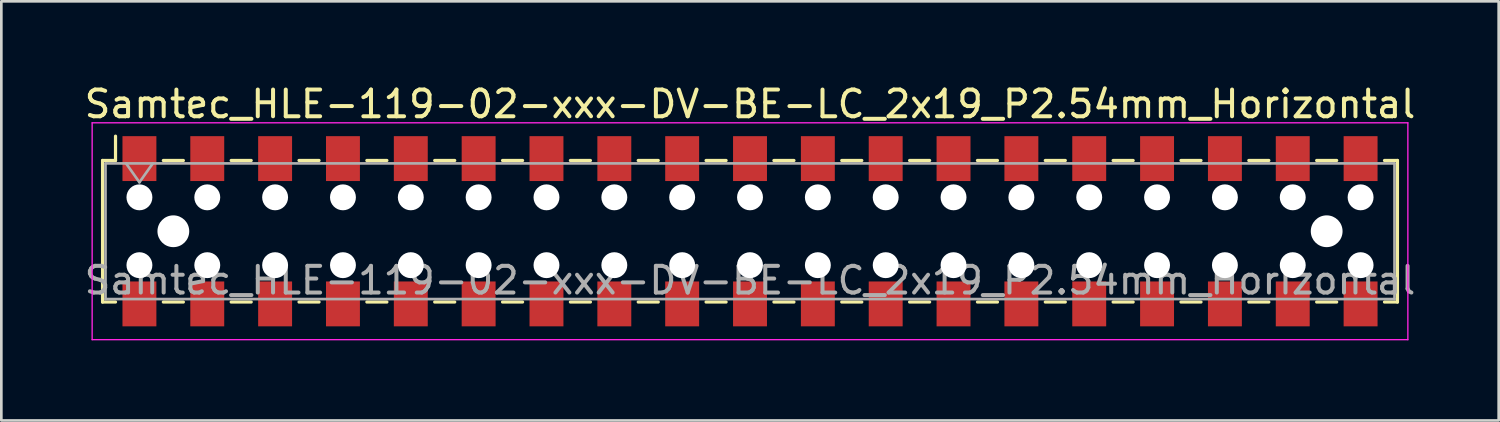
<source format=kicad_pcb>
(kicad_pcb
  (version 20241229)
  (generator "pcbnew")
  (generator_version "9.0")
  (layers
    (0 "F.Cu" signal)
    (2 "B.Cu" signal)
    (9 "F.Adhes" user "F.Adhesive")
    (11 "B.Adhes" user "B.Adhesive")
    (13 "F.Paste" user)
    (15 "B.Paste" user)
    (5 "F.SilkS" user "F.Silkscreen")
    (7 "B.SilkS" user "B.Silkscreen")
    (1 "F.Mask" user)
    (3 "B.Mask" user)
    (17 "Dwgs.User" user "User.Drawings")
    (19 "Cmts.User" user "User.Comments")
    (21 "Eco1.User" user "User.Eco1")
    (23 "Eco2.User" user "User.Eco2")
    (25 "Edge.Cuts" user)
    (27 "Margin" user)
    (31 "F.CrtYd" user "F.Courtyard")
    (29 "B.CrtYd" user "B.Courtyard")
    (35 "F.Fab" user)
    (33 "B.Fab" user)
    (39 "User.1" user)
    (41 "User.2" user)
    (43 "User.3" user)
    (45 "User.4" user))
  (footprint "Samtec_HLE-119-02-xxx-DV-BE-LC_2x19_P2.54mm_Horizontal"
    (layer "F.Cu")
    (at 25.03 5.608)
    (property "Reference" "Samtec_HLE-119-02-xxx-DV-BE-LC_2x19_P2.54mm_Horizontal" (at 0 -4.76 0) (layer "F.SilkS") (effects (font (size 1 1) (thickness 0.15))))
    (attr smd)
    (fp_line (start -24.24 -2.65) (end -24.24 2.65) (stroke (width 0.12) (type solid)) (layer "F.SilkS"))
    (fp_line (start -24.24 2.65) (end -23.755 2.65) (stroke (width 0.12) (type solid)) (layer "F.SilkS"))
    (fp_line (start -23.755 -3.56) (end -23.755 -2.65) (stroke (width 0.12) (type solid)) (layer "F.SilkS"))
    (fp_line (start -23.755 -2.65) (end -24.24 -2.65) (stroke (width 0.12) (type solid)) (layer "F.SilkS"))
    (fp_line (start -21.965 -2.65) (end -21.215 -2.65) (stroke (width 0.12) (type solid)) (layer "F.SilkS"))
    (fp_line (start -21.965 2.65) (end -21.215 2.65) (stroke (width 0.12) (type solid)) (layer "F.SilkS"))
    (fp_line (start -19.425 -2.65) (end -18.675 -2.65) (stroke (width 0.12) (type solid)) (layer "F.SilkS"))
    (fp_line (start -19.425 2.65) (end -18.675 2.65) (stroke (width 0.12) (type solid)) (layer "F.SilkS"))
    (fp_line (start -16.885 -2.65) (end -16.135 -2.65) (stroke (width 0.12) (type solid)) (layer "F.SilkS"))
    (fp_line (start -16.885 2.65) (end -16.135 2.65) (stroke (width 0.12) (type solid)) (layer "F.SilkS"))
    (fp_line (start -14.345 -2.65) (end -13.595 -2.65) (stroke (width 0.12) (type solid)) (layer "F.SilkS"))
    (fp_line (start -14.345 2.65) (end -13.595 2.65) (stroke (width 0.12) (type solid)) (layer "F.SilkS"))
    (fp_line (start -11.805 -2.65) (end -11.055 -2.65) (stroke (width 0.12) (type solid)) (layer "F.SilkS"))
    (fp_line (start -11.805 2.65) (end -11.055 2.65) (stroke (width 0.12) (type solid)) (layer "F.SilkS"))
    (fp_line (start -9.265 -2.65) (end -8.515 -2.65) (stroke (width 0.12) (type solid)) (layer "F.SilkS"))
    (fp_line (start -9.265 2.65) (end -8.515 2.65) (stroke (width 0.12) (type solid)) (layer "F.SilkS"))
    (fp_line (start -6.725 -2.65) (end -5.975 -2.65) (stroke (width 0.12) (type solid)) (layer "F.SilkS"))
    (fp_line (start -6.725 2.65) (end -5.975 2.65) (stroke (width 0.12) (type solid)) (layer "F.SilkS"))
    (fp_line (start -4.185 -2.65) (end -3.435 -2.65) (stroke (width 0.12) (type solid)) (layer "F.SilkS"))
    (fp_line (start -4.185 2.65) (end -3.435 2.65) (stroke (width 0.12) (type solid)) (layer "F.SilkS"))
    (fp_line (start -1.645 -2.65) (end -0.895 -2.65) (stroke (width 0.12) (type solid)) (layer "F.SilkS"))
    (fp_line (start -1.645 2.65) (end -0.895 2.65) (stroke (width 0.12) (type solid)) (layer "F.SilkS"))
    (fp_line (start 0.895 -2.65) (end 1.645 -2.65) (stroke (width 0.12) (type solid)) (layer "F.SilkS"))
    (fp_line (start 0.895 2.65) (end 1.645 2.65) (stroke (width 0.12) (type solid)) (layer "F.SilkS"))
    (fp_line (start 3.435 -2.65) (end 4.185 -2.65) (stroke (width 0.12) (type solid)) (layer "F.SilkS"))
    (fp_line (start 3.435 2.65) (end 4.185 2.65) (stroke (width 0.12) (type solid)) (layer "F.SilkS"))
    (fp_line (start 5.975 -2.65) (end 6.725 -2.65) (stroke (width 0.12) (type solid)) (layer "F.SilkS"))
    (fp_line (start 5.975 2.65) (end 6.725 2.65) (stroke (width 0.12) (type solid)) (layer "F.SilkS"))
    (fp_line (start 8.515 -2.65) (end 9.265 -2.65) (stroke (width 0.12) (type solid)) (layer "F.SilkS"))
    (fp_line (start 8.515 2.65) (end 9.265 2.65) (stroke (width 0.12) (type solid)) (layer "F.SilkS"))
    (fp_line (start 11.055 -2.65) (end 11.805 -2.65) (stroke (width 0.12) (type solid)) (layer "F.SilkS"))
    (fp_line (start 11.055 2.65) (end 11.805 2.65) (stroke (width 0.12) (type solid)) (layer "F.SilkS"))
    (fp_line (start 13.595 -2.65) (end 14.345 -2.65) (stroke (width 0.12) (type solid)) (layer "F.SilkS"))
    (fp_line (start 13.595 2.65) (end 14.345 2.65) (stroke (width 0.12) (type solid)) (layer "F.SilkS"))
    (fp_line (start 16.135 -2.65) (end 16.885 -2.65) (stroke (width 0.12) (type solid)) (layer "F.SilkS"))
    (fp_line (start 16.135 2.65) (end 16.885 2.65) (stroke (width 0.12) (type solid)) (layer "F.SilkS"))
    (fp_line (start 18.675 -2.65) (end 19.425 -2.65) (stroke (width 0.12) (type solid)) (layer "F.SilkS"))
    (fp_line (start 18.675 2.65) (end 19.425 2.65) (stroke (width 0.12) (type solid)) (layer "F.SilkS"))
    (fp_line (start 21.215 -2.65) (end 21.965 -2.65) (stroke (width 0.12) (type solid)) (layer "F.SilkS"))
    (fp_line (start 21.215 2.65) (end 21.965 2.65) (stroke (width 0.12) (type solid)) (layer "F.SilkS"))
    (fp_line (start 23.755 -2.65) (end 24.24 -2.65) (stroke (width 0.12) (type solid)) (layer "F.SilkS"))
    (fp_line (start 24.24 -2.65) (end 24.24 2.65) (stroke (width 0.12) (type solid)) (layer "F.SilkS"))
    (fp_line (start 24.24 2.65) (end 23.755 2.65) (stroke (width 0.12) (type solid)) (layer "F.SilkS"))
    (fp_line (start -24.63 -4.06) (end 24.63 -4.06) (stroke (width 0.05) (type solid)) (layer "F.CrtYd"))
    (fp_line (start -24.63 4.06) (end -24.63 -4.06) (stroke (width 0.05) (type solid)) (layer "F.CrtYd"))
    (fp_line (start 24.63 -4.06) (end 24.63 4.06) (stroke (width 0.05) (type solid)) (layer "F.CrtYd"))
    (fp_line (start 24.63 4.06) (end -24.63 4.06) (stroke (width 0.05) (type solid)) (layer "F.CrtYd"))
    (fp_line (start -24.13 -2.54) (end 24.13 -2.54) (stroke (width 0.1) (type solid)) (layer "F.Fab"))
    (fp_line (start -24.13 2.54) (end -24.13 -2.54) (stroke (width 0.1) (type solid)) (layer "F.Fab"))
    (fp_line (start -23.36 -2.54) (end -22.86 -1.833) (stroke (width 0.1) (type solid)) (layer "F.Fab"))
    (fp_line (start -22.86 -1.833) (end -22.36 -2.54) (stroke (width 0.1) (type solid)) (layer "F.Fab"))
    (fp_line (start 24.13 -2.54) (end 24.13 2.54) (stroke (width 0.1) (type solid)) (layer "F.Fab"))
    (fp_line (start 24.13 2.54) (end -24.13 2.54) (stroke (width 0.1) (type solid)) (layer "F.Fab"))
    (fp_text user "${REFERENCE}" (at 0 1.84 0) (layer "F.Fab") (effects (font (size 1 1) (thickness 0.15))))
    (pad "" np_thru_hole circle (at -22.86 -1.27) (size 0.97 0.97) (drill 0.97) (layers "*.Cu" "*.Mask"))
    (pad "" np_thru_hole circle (at -22.86 1.27) (size 0.97 0.97) (drill 0.97) (layers "*.Cu" "*.Mask"))
    (pad "" np_thru_hole circle (at -21.59 0) (size 1.19 1.19) (drill 1.19) (layers "*.Cu" "*.Mask"))
    (pad "" np_thru_hole circle (at -20.32 -1.27) (size 0.97 0.97) (drill 0.97) (layers "*.Cu" "*.Mask"))
    (pad "" np_thru_hole circle (at -20.32 1.27) (size 0.97 0.97) (drill 0.97) (layers "*.Cu" "*.Mask"))
    (pad "" np_thru_hole circle (at -17.78 -1.27) (size 0.97 0.97) (drill 0.97) (layers "*.Cu" "*.Mask"))
    (pad "" np_thru_hole circle (at -17.78 1.27) (size 0.97 0.97) (drill 0.97) (layers "*.Cu" "*.Mask"))
    (pad "" np_thru_hole circle (at -15.24 -1.27) (size 0.97 0.97) (drill 0.97) (layers "*.Cu" "*.Mask"))
    (pad "" np_thru_hole circle (at -15.24 1.27) (size 0.97 0.97) (drill 0.97) (layers "*.Cu" "*.Mask"))
    (pad "" np_thru_hole circle (at -12.7 -1.27) (size 0.97 0.97) (drill 0.97) (layers "*.Cu" "*.Mask"))
    (pad "" np_thru_hole circle (at -12.7 1.27) (size 0.97 0.97) (drill 0.97) (layers "*.Cu" "*.Mask"))
    (pad "" np_thru_hole circle (at -10.16 -1.27) (size 0.97 0.97) (drill 0.97) (layers "*.Cu" "*.Mask"))
    (pad "" np_thru_hole circle (at -10.16 1.27) (size 0.97 0.97) (drill 0.97) (layers "*.Cu" "*.Mask"))
    (pad "" np_thru_hole circle (at -7.62 -1.27) (size 0.97 0.97) (drill 0.97) (layers "*.Cu" "*.Mask"))
    (pad "" np_thru_hole circle (at -7.62 1.27) (size 0.97 0.97) (drill 0.97) (layers "*.Cu" "*.Mask"))
    (pad "" np_thru_hole circle (at -5.08 -1.27) (size 0.97 0.97) (drill 0.97) (layers "*.Cu" "*.Mask"))
    (pad "" np_thru_hole circle (at -5.08 1.27) (size 0.97 0.97) (drill 0.97) (layers "*.Cu" "*.Mask"))
    (pad "" np_thru_hole circle (at -2.54 -1.27) (size 0.97 0.97) (drill 0.97) (layers "*.Cu" "*.Mask"))
    (pad "" np_thru_hole circle (at -2.54 1.27) (size 0.97 0.97) (drill 0.97) (layers "*.Cu" "*.Mask"))
    (pad "" np_thru_hole circle (at 0 -1.27) (size 0.97 0.97) (drill 0.97) (layers "*.Cu" "*.Mask"))
    (pad "" np_thru_hole circle (at 0 1.27) (size 0.97 0.97) (drill 0.97) (layers "*.Cu" "*.Mask"))
    (pad "" np_thru_hole circle (at 2.54 -1.27) (size 0.97 0.97) (drill 0.97) (layers "*.Cu" "*.Mask"))
    (pad "" np_thru_hole circle (at 2.54 1.27) (size 0.97 0.97) (drill 0.97) (layers "*.Cu" "*.Mask"))
    (pad "" np_thru_hole circle (at 5.08 -1.27) (size 0.97 0.97) (drill 0.97) (layers "*.Cu" "*.Mask"))
    (pad "" np_thru_hole circle (at 5.08 1.27) (size 0.97 0.97) (drill 0.97) (layers "*.Cu" "*.Mask"))
    (pad "" np_thru_hole circle (at 7.62 -1.27) (size 0.97 0.97) (drill 0.97) (layers "*.Cu" "*.Mask"))
    (pad "" np_thru_hole circle (at 7.62 1.27) (size 0.97 0.97) (drill 0.97) (layers "*.Cu" "*.Mask"))
    (pad "" np_thru_hole circle (at 10.16 -1.27) (size 0.97 0.97) (drill 0.97) (layers "*.Cu" "*.Mask"))
    (pad "" np_thru_hole circle (at 10.16 1.27) (size 0.97 0.97) (drill 0.97) (layers "*.Cu" "*.Mask"))
    (pad "" np_thru_hole circle (at 12.7 -1.27) (size 0.97 0.97) (drill 0.97) (layers "*.Cu" "*.Mask"))
    (pad "" np_thru_hole circle (at 12.7 1.27) (size 0.97 0.97) (drill 0.97) (layers "*.Cu" "*.Mask"))
    (pad "" np_thru_hole circle (at 15.24 -1.27) (size 0.97 0.97) (drill 0.97) (layers "*.Cu" "*.Mask"))
    (pad "" np_thru_hole circle (at 15.24 1.27) (size 0.97 0.97) (drill 0.97) (layers "*.Cu" "*.Mask"))
    (pad "" np_thru_hole circle (at 17.78 -1.27) (size 0.97 0.97) (drill 0.97) (layers "*.Cu" "*.Mask"))
    (pad "" np_thru_hole circle (at 17.78 1.27) (size 0.97 0.97) (drill 0.97) (layers "*.Cu" "*.Mask"))
    (pad "" np_thru_hole circle (at 20.32 -1.27) (size 0.97 0.97) (drill 0.97) (layers "*.Cu" "*.Mask"))
    (pad "" np_thru_hole circle (at 20.32 1.27) (size 0.97 0.97) (drill 0.97) (layers "*.Cu" "*.Mask"))
    (pad "" np_thru_hole circle (at 21.59 0) (size 1.19 1.19) (drill 1.19) (layers "*.Cu" "*.Mask"))
    (pad "" np_thru_hole circle (at 22.86 -1.27) (size 0.97 0.97) (drill 0.97) (layers "*.Cu" "*.Mask"))
    (pad "" np_thru_hole circle (at 22.86 1.27) (size 0.97 0.97) (drill 0.97) (layers "*.Cu" "*.Mask"))
    (pad "1" smd rect (at -22.86 -2.72) (size 1.27 1.68) (layers "F.Cu" "F.Mask" "F.Paste"))
    (pad "2" smd rect (at -22.86 2.72) (size 1.27 1.68) (layers "F.Cu" "F.Mask" "F.Paste"))
    (pad "3" smd rect (at -20.32 -2.72) (size 1.27 1.68) (layers "F.Cu" "F.Mask" "F.Paste"))
    (pad "4" smd rect (at -20.32 2.72) (size 1.27 1.68) (layers "F.Cu" "F.Mask" "F.Paste"))
    (pad "5" smd rect (at -17.78 -2.72) (size 1.27 1.68) (layers "F.Cu" "F.Mask" "F.Paste"))
    (pad "6" smd rect (at -17.78 2.72) (size 1.27 1.68) (layers "F.Cu" "F.Mask" "F.Paste"))
    (pad "7" smd rect (at -15.24 -2.72) (size 1.27 1.68) (layers "F.Cu" "F.Mask" "F.Paste"))
    (pad "8" smd rect (at -15.24 2.72) (size 1.27 1.68) (layers "F.Cu" "F.Mask" "F.Paste"))
    (pad "9" smd rect (at -12.7 -2.72) (size 1.27 1.68) (layers "F.Cu" "F.Mask" "F.Paste"))
    (pad "10" smd rect (at -12.7 2.72) (size 1.27 1.68) (layers "F.Cu" "F.Mask" "F.Paste"))
    (pad "11" smd rect (at -10.16 -2.72) (size 1.27 1.68) (layers "F.Cu" "F.Mask" "F.Paste"))
    (pad "12" smd rect (at -10.16 2.72) (size 1.27 1.68) (layers "F.Cu" "F.Mask" "F.Paste"))
    (pad "13" smd rect (at -7.62 -2.72) (size 1.27 1.68) (layers "F.Cu" "F.Mask" "F.Paste"))
    (pad "14" smd rect (at -7.62 2.72) (size 1.27 1.68) (layers "F.Cu" "F.Mask" "F.Paste"))
    (pad "15" smd rect (at -5.08 -2.72) (size 1.27 1.68) (layers "F.Cu" "F.Mask" "F.Paste"))
    (pad "16" smd rect (at -5.08 2.72) (size 1.27 1.68) (layers "F.Cu" "F.Mask" "F.Paste"))
    (pad "17" smd rect (at -2.54 -2.72) (size 1.27 1.68) (layers "F.Cu" "F.Mask" "F.Paste"))
    (pad "18" smd rect (at -2.54 2.72) (size 1.27 1.68) (layers "F.Cu" "F.Mask" "F.Paste"))
    (pad "19" smd rect (at 0 -2.72) (size 1.27 1.68) (layers "F.Cu" "F.Mask" "F.Paste"))
    (pad "20" smd rect (at 0 2.72) (size 1.27 1.68) (layers "F.Cu" "F.Mask" "F.Paste"))
    (pad "21" smd rect (at 2.54 -2.72) (size 1.27 1.68) (layers "F.Cu" "F.Mask" "F.Paste"))
    (pad "22" smd rect (at 2.54 2.72) (size 1.27 1.68) (layers "F.Cu" "F.Mask" "F.Paste"))
    (pad "23" smd rect (at 5.08 -2.72) (size 1.27 1.68) (layers "F.Cu" "F.Mask" "F.Paste"))
    (pad "24" smd rect (at 5.08 2.72) (size 1.27 1.68) (layers "F.Cu" "F.Mask" "F.Paste"))
    (pad "25" smd rect (at 7.62 -2.72) (size 1.27 1.68) (layers "F.Cu" "F.Mask" "F.Paste"))
    (pad "26" smd rect (at 7.62 2.72) (size 1.27 1.68) (layers "F.Cu" "F.Mask" "F.Paste"))
    (pad "27" smd rect (at 10.16 -2.72) (size 1.27 1.68) (layers "F.Cu" "F.Mask" "F.Paste"))
    (pad "28" smd rect (at 10.16 2.72) (size 1.27 1.68) (layers "F.Cu" "F.Mask" "F.Paste"))
    (pad "29" smd rect (at 12.7 -2.72) (size 1.27 1.68) (layers "F.Cu" "F.Mask" "F.Paste"))
    (pad "30" smd rect (at 12.7 2.72) (size 1.27 1.68) (layers "F.Cu" "F.Mask" "F.Paste"))
    (pad "31" smd rect (at 15.24 -2.72) (size 1.27 1.68) (layers "F.Cu" "F.Mask" "F.Paste"))
    (pad "32" smd rect (at 15.24 2.72) (size 1.27 1.68) (layers "F.Cu" "F.Mask" "F.Paste"))
    (pad "33" smd rect (at 17.78 -2.72) (size 1.27 1.68) (layers "F.Cu" "F.Mask" "F.Paste"))
    (pad "34" smd rect (at 17.78 2.72) (size 1.27 1.68) (layers "F.Cu" "F.Mask" "F.Paste"))
    (pad "35" smd rect (at 20.32 -2.72) (size 1.27 1.68) (layers "F.Cu" "F.Mask" "F.Paste"))
    (pad "36" smd rect (at 20.32 2.72) (size 1.27 1.68) (layers "F.Cu" "F.Mask" "F.Paste"))
    (pad "37" smd rect (at 22.86 -2.72) (size 1.27 1.68) (layers "F.Cu" "F.Mask" "F.Paste"))
    (pad "38" smd rect (at 22.86 2.72) (size 1.27 1.68) (layers "F.Cu" "F.Mask" "F.Paste")))
  (gr_rect
    (start -3 -3)
    (end 53.06 12.693)
    (stroke (width 0.1) (type default))
    (fill no)
    (layer "Edge.Cuts")))
</source>
